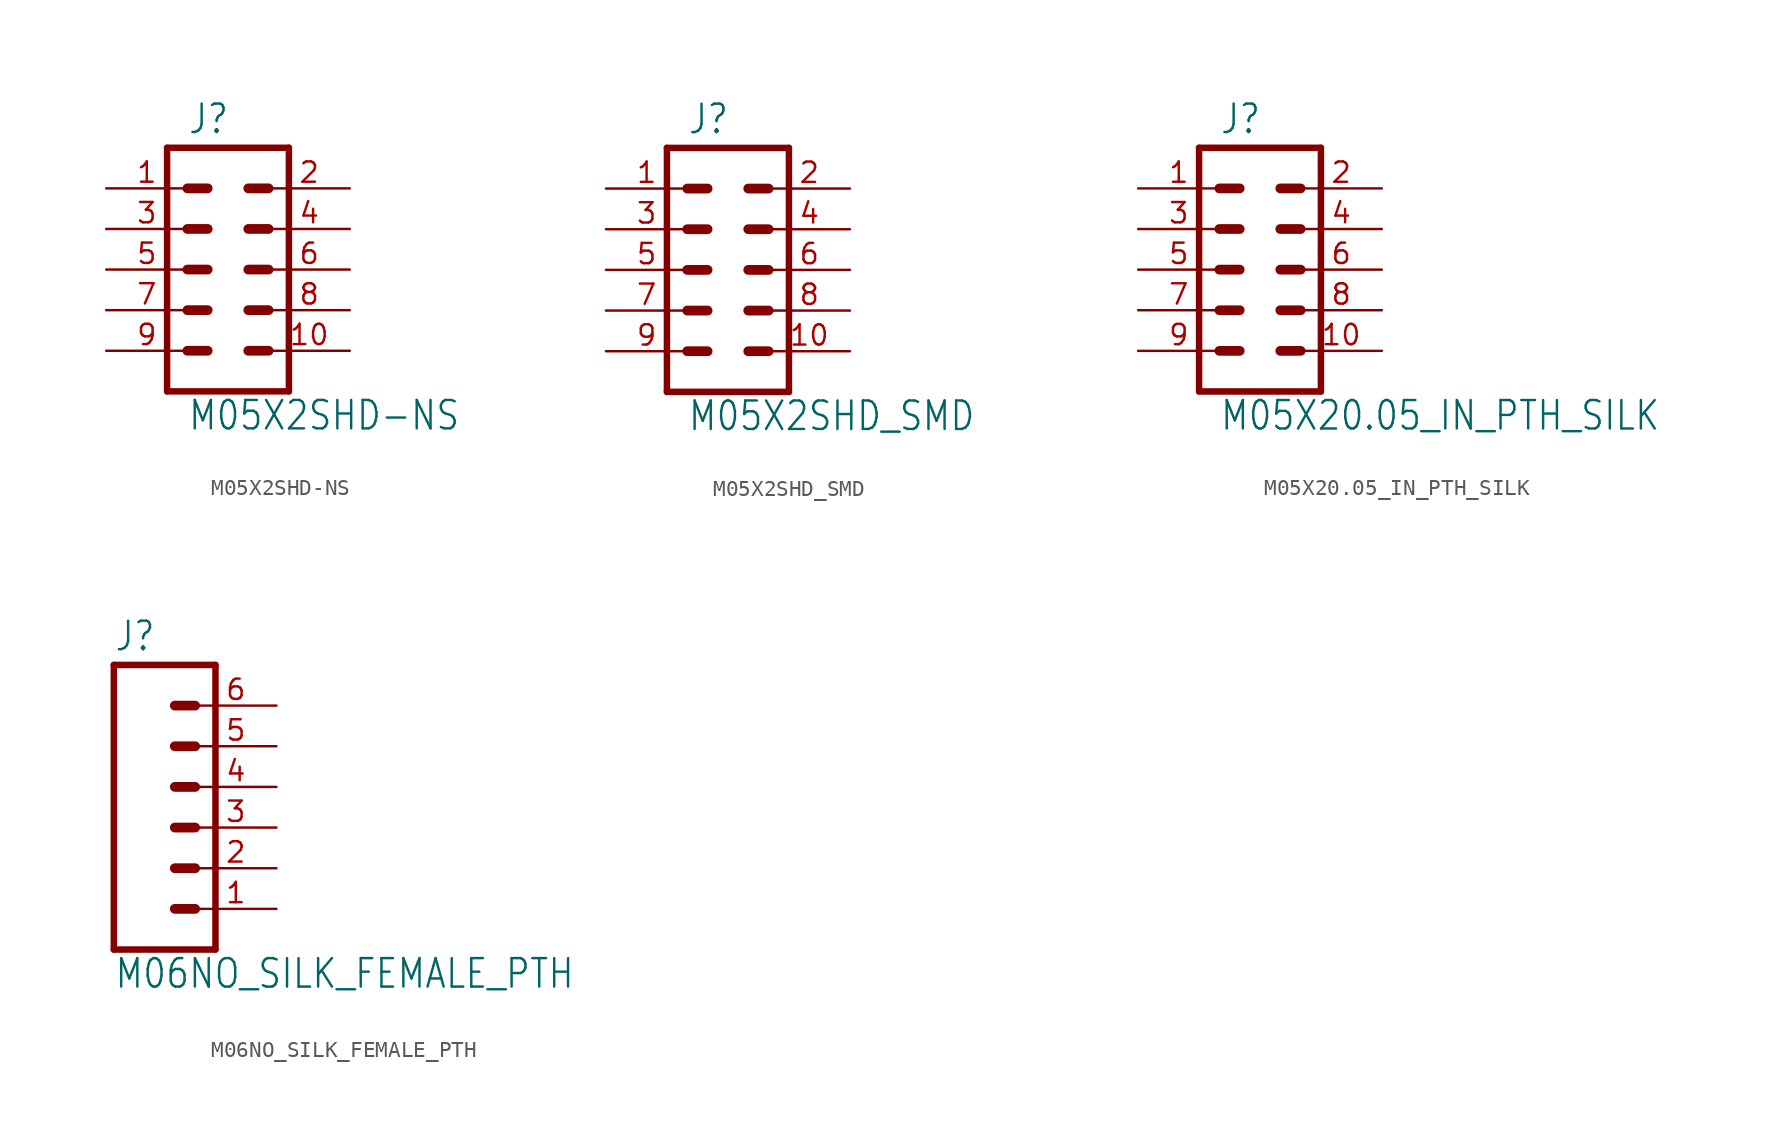
<source format=kicad_sym>
(kicad_symbol_lib
  (version 20220914)
  (generator kicad_symbol_editor)
  (symbol "M05X2SHD-NS"
    (property "Reference" "J"
      (at -2.54 8.382 0)
      (effects (font (size 1.778 1.511)) (justify left bottom)))
    (property "Value" "M05X2SHD-NS"
      (at -2.54 -10.16 0)
      (effects (font (size 1.778 1.511)) (justify left bottom)))
    (property "ki_locked" ""
      (at 0 0 0)
      (effects (font (size 1.27 1.27))))
    (symbol "M05X2SHD-NS_1_0"
      (polyline (pts (xy -3.81 7.62) (xy -3.81 -7.62)) (stroke (width 0.406) (type default)) (fill (type none)))
      (polyline (pts (xy -3.81 7.62) (xy 3.81 7.62)) (stroke (width 0.406) (type default)) (fill (type none)))
      (polyline (pts (xy -1.27 -5.08) (xy -2.54 -5.08)) (stroke (width 0.61) (type default)) (fill (type none)))
      (polyline (pts (xy -1.27 -2.54) (xy -2.54 -2.54)) (stroke (width 0.61) (type default)) (fill (type none)))
      (polyline (pts (xy -1.27 0) (xy -2.54 0)) (stroke (width 0.61) (type default)) (fill (type none)))
      (polyline (pts (xy -1.27 2.54) (xy -2.54 2.54)) (stroke (width 0.61) (type default)) (fill (type none)))
      (polyline (pts (xy -1.27 5.08) (xy -2.54 5.08)) (stroke (width 0.61) (type default)) (fill (type none)))
      (polyline (pts (xy 1.27 -5.08) (xy 2.54 -5.08)) (stroke (width 0.61) (type default)) (fill (type none)))
      (polyline (pts (xy 1.27 -2.54) (xy 2.54 -2.54)) (stroke (width 0.61) (type default)) (fill (type none)))
      (polyline (pts (xy 1.27 0) (xy 2.54 0)) (stroke (width 0.61) (type default)) (fill (type none)))
      (polyline (pts (xy 1.27 2.54) (xy 2.54 2.54)) (stroke (width 0.61) (type default)) (fill (type none)))
      (polyline (pts (xy 1.27 5.08) (xy 2.54 5.08)) (stroke (width 0.61) (type default)) (fill (type none)))
      (polyline (pts (xy 3.81 -7.62) (xy -3.81 -7.62)) (stroke (width 0.406) (type default)) (fill (type none)))
      (polyline (pts (xy 3.81 -7.62) (xy 3.81 7.62)) (stroke (width 0.406) (type default)) (fill (type none)))
      (pin passive line (at -7.62 5.08 0) (length 5.08) (name "1" (effects (font (size 0 0)))) (number "1" (effects (font (size 1.27 1.27)))))
      (pin passive line (at 7.62 -5.08 180) (length 5.08) (name "10" (effects (font (size 0 0)))) (number "10" (effects (font (size 1.27 1.27)))))
      (pin passive line (at 7.62 5.08 180) (length 5.08) (name "2" (effects (font (size 0 0)))) (number "2" (effects (font (size 1.27 1.27)))))
      (pin passive line (at -7.62 2.54 0) (length 5.08) (name "3" (effects (font (size 0 0)))) (number "3" (effects (font (size 1.27 1.27)))))
      (pin passive line (at 7.62 2.54 180) (length 5.08) (name "4" (effects (font (size 0 0)))) (number "4" (effects (font (size 1.27 1.27)))))
      (pin passive line (at -7.62 0 0) (length 5.08) (name "5" (effects (font (size 0 0)))) (number "5" (effects (font (size 1.27 1.27)))))
      (pin passive line (at 7.62 0 180) (length 5.08) (name "6" (effects (font (size 0 0)))) (number "6" (effects (font (size 1.27 1.27)))))
      (pin passive line (at -7.62 -2.54 0) (length 5.08) (name "7" (effects (font (size 0 0)))) (number "7" (effects (font (size 1.27 1.27)))))
      (pin passive line (at 7.62 -2.54 180) (length 5.08) (name "8" (effects (font (size 0 0)))) (number "8" (effects (font (size 1.27 1.27)))))
      (pin passive line (at -7.62 -5.08 0) (length 5.08) (name "9" (effects (font (size 0 0)))) (number "9" (effects (font (size 1.27 1.27)))))))
  (symbol "M05X2SHD_SMD"
    (property "Reference" "J"
      (at -2.54 8.382 0)
      (effects (font (size 1.778 1.511)) (justify left bottom)))
    (property "Value" "M05X2SHD_SMD"
      (at -2.54 -10.16 0)
      (effects (font (size 1.778 1.511)) (justify left bottom)))
    (property "ki_locked" ""
      (at 0 0 0)
      (effects (font (size 1.27 1.27))))
    (symbol "M05X2SHD_SMD_1_0"
      (polyline (pts (xy -3.81 7.62) (xy -3.81 -7.62)) (stroke (width 0.406) (type default)) (fill (type none)))
      (polyline (pts (xy -3.81 7.62) (xy 3.81 7.62)) (stroke (width 0.406) (type default)) (fill (type none)))
      (polyline (pts (xy -1.27 -5.08) (xy -2.54 -5.08)) (stroke (width 0.61) (type default)) (fill (type none)))
      (polyline (pts (xy -1.27 -2.54) (xy -2.54 -2.54)) (stroke (width 0.61) (type default)) (fill (type none)))
      (polyline (pts (xy -1.27 0) (xy -2.54 0)) (stroke (width 0.61) (type default)) (fill (type none)))
      (polyline (pts (xy -1.27 2.54) (xy -2.54 2.54)) (stroke (width 0.61) (type default)) (fill (type none)))
      (polyline (pts (xy -1.27 5.08) (xy -2.54 5.08)) (stroke (width 0.61) (type default)) (fill (type none)))
      (polyline (pts (xy 1.27 -5.08) (xy 2.54 -5.08)) (stroke (width 0.61) (type default)) (fill (type none)))
      (polyline (pts (xy 1.27 -2.54) (xy 2.54 -2.54)) (stroke (width 0.61) (type default)) (fill (type none)))
      (polyline (pts (xy 1.27 0) (xy 2.54 0)) (stroke (width 0.61) (type default)) (fill (type none)))
      (polyline (pts (xy 1.27 2.54) (xy 2.54 2.54)) (stroke (width 0.61) (type default)) (fill (type none)))
      (polyline (pts (xy 1.27 5.08) (xy 2.54 5.08)) (stroke (width 0.61) (type default)) (fill (type none)))
      (polyline (pts (xy 3.81 -7.62) (xy -3.81 -7.62)) (stroke (width 0.406) (type default)) (fill (type none)))
      (polyline (pts (xy 3.81 -7.62) (xy 3.81 7.62)) (stroke (width 0.406) (type default)) (fill (type none)))
      (pin passive line (at -7.62 5.08 0) (length 5.08) (name "1" (effects (font (size 0 0)))) (number "1" (effects (font (size 1.27 1.27)))))
      (pin passive line (at 7.62 -5.08 180) (length 5.08) (name "10" (effects (font (size 0 0)))) (number "10" (effects (font (size 1.27 1.27)))))
      (pin passive line (at 7.62 5.08 180) (length 5.08) (name "2" (effects (font (size 0 0)))) (number "2" (effects (font (size 1.27 1.27)))))
      (pin passive line (at -7.62 2.54 0) (length 5.08) (name "3" (effects (font (size 0 0)))) (number "3" (effects (font (size 1.27 1.27)))))
      (pin passive line (at 7.62 2.54 180) (length 5.08) (name "4" (effects (font (size 0 0)))) (number "4" (effects (font (size 1.27 1.27)))))
      (pin passive line (at -7.62 0 0) (length 5.08) (name "5" (effects (font (size 0 0)))) (number "5" (effects (font (size 1.27 1.27)))))
      (pin passive line (at 7.62 0 180) (length 5.08) (name "6" (effects (font (size 0 0)))) (number "6" (effects (font (size 1.27 1.27)))))
      (pin passive line (at -7.62 -2.54 0) (length 5.08) (name "7" (effects (font (size 0 0)))) (number "7" (effects (font (size 1.27 1.27)))))
      (pin passive line (at 7.62 -2.54 180) (length 5.08) (name "8" (effects (font (size 0 0)))) (number "8" (effects (font (size 1.27 1.27)))))
      (pin passive line (at -7.62 -5.08 0) (length 5.08) (name "9" (effects (font (size 0 0)))) (number "9" (effects (font (size 1.27 1.27)))))))
  (symbol "M05X20.05_IN_PTH_SILK"
    (property "Reference" "J"
      (at -2.54 8.382 0)
      (effects (font (size 1.778 1.511)) (justify left bottom)))
    (property "Value" "M05X20.05_IN_PTH_SILK"
      (at -2.54 -10.16 0)
      (effects (font (size 1.778 1.511)) (justify left bottom)))
    (property "ki_locked" ""
      (at 0 0 0)
      (effects (font (size 1.27 1.27))))
    (symbol "M05X20.05_IN_PTH_SILK_1_0"
      (polyline (pts (xy -3.81 7.62) (xy -3.81 -7.62)) (stroke (width 0.406) (type default)) (fill (type none)))
      (polyline (pts (xy -3.81 7.62) (xy 3.81 7.62)) (stroke (width 0.406) (type default)) (fill (type none)))
      (polyline (pts (xy -1.27 -5.08) (xy -2.54 -5.08)) (stroke (width 0.61) (type default)) (fill (type none)))
      (polyline (pts (xy -1.27 -2.54) (xy -2.54 -2.54)) (stroke (width 0.61) (type default)) (fill (type none)))
      (polyline (pts (xy -1.27 0) (xy -2.54 0)) (stroke (width 0.61) (type default)) (fill (type none)))
      (polyline (pts (xy -1.27 2.54) (xy -2.54 2.54)) (stroke (width 0.61) (type default)) (fill (type none)))
      (polyline (pts (xy -1.27 5.08) (xy -2.54 5.08)) (stroke (width 0.61) (type default)) (fill (type none)))
      (polyline (pts (xy 1.27 -5.08) (xy 2.54 -5.08)) (stroke (width 0.61) (type default)) (fill (type none)))
      (polyline (pts (xy 1.27 -2.54) (xy 2.54 -2.54)) (stroke (width 0.61) (type default)) (fill (type none)))
      (polyline (pts (xy 1.27 0) (xy 2.54 0)) (stroke (width 0.61) (type default)) (fill (type none)))
      (polyline (pts (xy 1.27 2.54) (xy 2.54 2.54)) (stroke (width 0.61) (type default)) (fill (type none)))
      (polyline (pts (xy 1.27 5.08) (xy 2.54 5.08)) (stroke (width 0.61) (type default)) (fill (type none)))
      (polyline (pts (xy 3.81 -7.62) (xy -3.81 -7.62)) (stroke (width 0.406) (type default)) (fill (type none)))
      (polyline (pts (xy 3.81 -7.62) (xy 3.81 7.62)) (stroke (width 0.406) (type default)) (fill (type none)))
      (pin passive line (at -7.62 5.08 0) (length 5.08) (name "1" (effects (font (size 0 0)))) (number "1" (effects (font (size 1.27 1.27)))))
      (pin passive line (at 7.62 -5.08 180) (length 5.08) (name "10" (effects (font (size 0 0)))) (number "10" (effects (font (size 1.27 1.27)))))
      (pin passive line (at 7.62 5.08 180) (length 5.08) (name "2" (effects (font (size 0 0)))) (number "2" (effects (font (size 1.27 1.27)))))
      (pin passive line (at -7.62 2.54 0) (length 5.08) (name "3" (effects (font (size 0 0)))) (number "3" (effects (font (size 1.27 1.27)))))
      (pin passive line (at 7.62 2.54 180) (length 5.08) (name "4" (effects (font (size 0 0)))) (number "4" (effects (font (size 1.27 1.27)))))
      (pin passive line (at -7.62 0 0) (length 5.08) (name "5" (effects (font (size 0 0)))) (number "5" (effects (font (size 1.27 1.27)))))
      (pin passive line (at 7.62 0 180) (length 5.08) (name "6" (effects (font (size 0 0)))) (number "6" (effects (font (size 1.27 1.27)))))
      (pin passive line (at -7.62 -2.54 0) (length 5.08) (name "7" (effects (font (size 0 0)))) (number "7" (effects (font (size 1.27 1.27)))))
      (pin passive line (at 7.62 -2.54 180) (length 5.08) (name "8" (effects (font (size 0 0)))) (number "8" (effects (font (size 1.27 1.27)))))
      (pin passive line (at -7.62 -5.08 0) (length 5.08) (name "9" (effects (font (size 0 0)))) (number "9" (effects (font (size 1.27 1.27)))))))
  (symbol "M06NO_SILK_FEMALE_PTH"
    (property "Reference" "J"
      (at -5.08 10.922 0)
      (effects (font (size 1.778 1.511)) (justify left bottom)))
    (property "Value" "M06NO_SILK_FEMALE_PTH"
      (at -5.08 -10.16 0)
      (effects (font (size 1.778 1.511)) (justify left bottom)))
    (property "ki_locked" ""
      (at 0 0 0)
      (effects (font (size 1.27 1.27))))
    (symbol "M06NO_SILK_FEMALE_PTH_1_0"
      (polyline (pts (xy -5.08 10.16) (xy -5.08 -7.62)) (stroke (width 0.406) (type default)) (fill (type none)))
      (polyline (pts (xy -5.08 10.16) (xy 1.27 10.16)) (stroke (width 0.406) (type default)) (fill (type none)))
      (polyline (pts (xy -1.27 -5.08) (xy 0 -5.08)) (stroke (width 0.61) (type default)) (fill (type none)))
      (polyline (pts (xy -1.27 -2.54) (xy 0 -2.54)) (stroke (width 0.61) (type default)) (fill (type none)))
      (polyline (pts (xy -1.27 0) (xy 0 0)) (stroke (width 0.61) (type default)) (fill (type none)))
      (polyline (pts (xy -1.27 2.54) (xy 0 2.54)) (stroke (width 0.61) (type default)) (fill (type none)))
      (polyline (pts (xy -1.27 5.08) (xy 0 5.08)) (stroke (width 0.61) (type default)) (fill (type none)))
      (polyline (pts (xy -1.27 7.62) (xy 0 7.62)) (stroke (width 0.61) (type default)) (fill (type none)))
      (polyline (pts (xy 1.27 -7.62) (xy -5.08 -7.62)) (stroke (width 0.406) (type default)) (fill (type none)))
      (polyline (pts (xy 1.27 -7.62) (xy 1.27 10.16)) (stroke (width 0.406) (type default)) (fill (type none)))
      (pin passive line (at 5.08 -5.08 180) (length 5.08) (name "1" (effects (font (size 0 0)))) (number "1" (effects (font (size 1.27 1.27)))))
      (pin passive line (at 5.08 -2.54 180) (length 5.08) (name "2" (effects (font (size 0 0)))) (number "2" (effects (font (size 1.27 1.27)))))
      (pin passive line (at 5.08 0 180) (length 5.08) (name "3" (effects (font (size 0 0)))) (number "3" (effects (font (size 1.27 1.27)))))
      (pin passive line (at 5.08 2.54 180) (length 5.08) (name "4" (effects (font (size 0 0)))) (number "4" (effects (font (size 1.27 1.27)))))
      (pin passive line (at 5.08 5.08 180) (length 5.08) (name "5" (effects (font (size 0 0)))) (number "5" (effects (font (size 1.27 1.27)))))
      (pin passive line (at 5.08 7.62 180) (length 5.08) (name "6" (effects (font (size 0 0)))) (number "6" (effects (font (size 1.27 1.27))))))))
</source>
